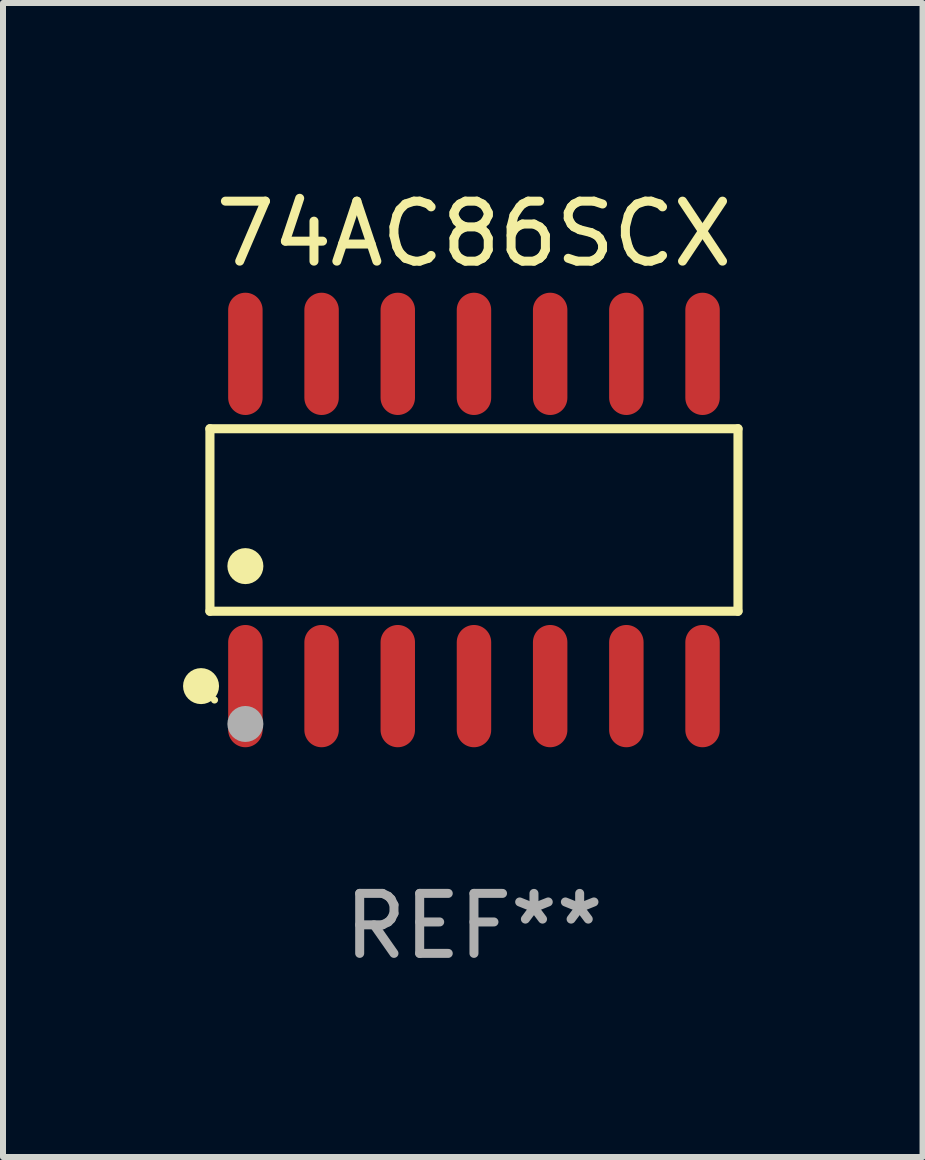
<source format=kicad_pcb>
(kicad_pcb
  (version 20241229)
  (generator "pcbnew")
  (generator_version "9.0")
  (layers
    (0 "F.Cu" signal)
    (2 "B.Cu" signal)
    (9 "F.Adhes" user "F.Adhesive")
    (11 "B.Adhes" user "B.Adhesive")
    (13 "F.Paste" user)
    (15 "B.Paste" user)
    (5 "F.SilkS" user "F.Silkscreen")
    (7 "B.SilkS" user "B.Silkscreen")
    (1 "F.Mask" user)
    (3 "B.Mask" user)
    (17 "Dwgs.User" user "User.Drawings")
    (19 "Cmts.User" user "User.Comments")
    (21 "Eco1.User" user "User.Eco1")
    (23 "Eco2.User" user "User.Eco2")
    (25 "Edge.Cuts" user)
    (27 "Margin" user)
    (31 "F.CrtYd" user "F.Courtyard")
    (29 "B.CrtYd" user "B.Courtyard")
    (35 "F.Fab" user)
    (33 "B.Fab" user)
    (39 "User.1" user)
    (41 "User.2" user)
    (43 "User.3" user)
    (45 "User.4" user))
  (footprint "74AC86SCX"
    (layer "F.Cu")
    (at 4.85 5.617)
    (property "Reference" "74AC86SCX" (at 0 -4.769 0) (layer "F.SilkS") (effects (font (size 1 1) (thickness 0.15))))
    (attr through_hole)
    (fp_line (start -4.401 -1.521) (end 4.401 -1.521) (stroke (width 0.152) (type solid)) (layer "F.SilkS"))
    (fp_line (start -4.401 1.521) (end -4.401 -1.521) (stroke (width 0.152) (type solid)) (layer "F.SilkS"))
    (fp_line (start 4.401 -1.521) (end 4.401 1.521) (stroke (width 0.152) (type solid)) (layer "F.SilkS"))
    (fp_line (start 4.401 1.521) (end -4.401 1.521) (stroke (width 0.152) (type solid)) (layer "F.SilkS"))
    (fp_circle (center -4.549 2.769) (end -4.399 2.769) (stroke (width 0.3) (type solid)) (fill no) (layer "F.SilkS"))
    (fp_circle (center -4.325 3) (end -4.295 3) (stroke (width 0.06) (type solid)) (fill no) (layer "F.SilkS"))
    (fp_circle (center -3.81 0.769) (end -3.66 0.769) (stroke (width 0.3) (type solid)) (fill no) (layer "F.SilkS"))
    (fp_circle (center -3.81 3.4) (end -3.66 3.4) (stroke (width 0.3) (type solid)) (fill no) (layer "F.Fab"))
    (fp_text user "REF**" (at 0 6.769 0) (layer "F.Fab") (effects (font (size 1 1) (thickness 0.15))))
    (pad "1" smd oval (at -3.81 2.769) (size 0.574 2.038) (layers "F.Cu" "F.Mask" "F.Paste"))
    (pad "2" smd oval (at -2.54 2.769) (size 0.574 2.038) (layers "F.Cu" "F.Mask" "F.Paste"))
    (pad "3" smd oval (at -1.27 2.769) (size 0.574 2.038) (layers "F.Cu" "F.Mask" "F.Paste"))
    (pad "4" smd oval (at 0 2.769) (size 0.574 2.038) (layers "F.Cu" "F.Mask" "F.Paste"))
    (pad "5" smd oval (at 1.27 2.769) (size 0.574 2.038) (layers "F.Cu" "F.Mask" "F.Paste"))
    (pad "6" smd oval (at 2.54 2.769) (size 0.574 2.038) (layers "F.Cu" "F.Mask" "F.Paste"))
    (pad "7" smd oval (at 3.81 2.769) (size 0.574 2.038) (layers "F.Cu" "F.Mask" "F.Paste"))
    (pad "8" smd oval (at 3.81 -2.769) (size 0.574 2.038) (layers "F.Cu" "F.Mask" "F.Paste"))
    (pad "9" smd oval (at 2.54 -2.769) (size 0.574 2.038) (layers "F.Cu" "F.Mask" "F.Paste"))
    (pad "10" smd oval (at 1.27 -2.769) (size 0.574 2.038) (layers "F.Cu" "F.Mask" "F.Paste"))
    (pad "11" smd oval (at 0 -2.769) (size 0.574 2.038) (layers "F.Cu" "F.Mask" "F.Paste"))
    (pad "12" smd oval (at -1.27 -2.769) (size 0.574 2.038) (layers "F.Cu" "F.Mask" "F.Paste"))
    (pad "13" smd oval (at -2.54 -2.769) (size 0.574 2.038) (layers "F.Cu" "F.Mask" "F.Paste"))
    (pad "14" smd oval (at -3.81 -2.769) (size 0.574 2.038) (layers "F.Cu" "F.Mask" "F.Paste")))
  (gr_rect
    (start -3 -3)
    (end 12.327 16.235)
    (stroke (width 0.1) (type default))
    (fill no)
    (layer "Edge.Cuts")))
</source>
